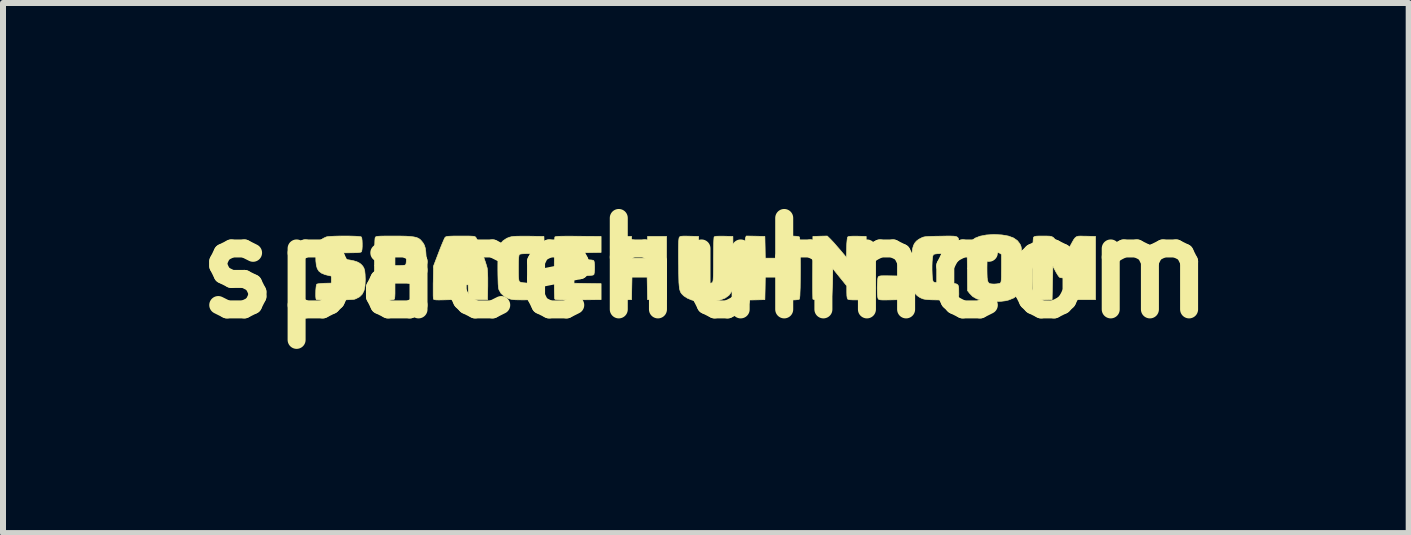
<source format=kicad_pcb>
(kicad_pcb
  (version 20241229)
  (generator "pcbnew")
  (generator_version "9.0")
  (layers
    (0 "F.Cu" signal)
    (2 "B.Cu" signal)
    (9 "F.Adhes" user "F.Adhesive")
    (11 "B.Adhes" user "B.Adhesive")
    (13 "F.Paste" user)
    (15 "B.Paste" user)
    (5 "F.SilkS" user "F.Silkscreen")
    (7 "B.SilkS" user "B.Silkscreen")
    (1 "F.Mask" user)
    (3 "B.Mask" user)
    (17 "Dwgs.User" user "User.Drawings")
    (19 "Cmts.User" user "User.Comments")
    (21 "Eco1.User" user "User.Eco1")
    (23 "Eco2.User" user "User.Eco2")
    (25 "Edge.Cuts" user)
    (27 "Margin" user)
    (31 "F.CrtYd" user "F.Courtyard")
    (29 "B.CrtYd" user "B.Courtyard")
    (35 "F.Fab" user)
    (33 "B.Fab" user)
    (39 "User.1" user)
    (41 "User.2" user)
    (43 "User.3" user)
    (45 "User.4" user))
  (footprint "spacehuhncom"
    (layer "F.Cu")
    (at 8.716 1.418)
    (property "Reference" "spacehuhncom" (at 0 0 0) (layer "F.SilkS") (effects (font (size 1.524 1.524) (thickness 0.3))))
    (attr through_hole)
    (fp_poly (pts (xy 3.019 0.129) (xy 3.073 0.13) (xy 3.258 0.133) (xy 3.258 0.527) (xy 3.071 0.531) (xy 2.998 0.532) (xy 2.947 0.532) (xy 2.912 0.53) (xy 2.891 0.526) (xy 2.879 0.52) (xy 2.872 0.511) (xy 2.871 0.509) (xy 2.865 0.484) (xy 2.86 0.441) (xy 2.858 0.386) (xy 2.857 0.325) (xy 2.859 0.265) (xy 2.862 0.211) (xy 2.867 0.17) (xy 2.873 0.148) (xy 2.882 0.14) (xy 2.897 0.134) (xy 2.922 0.13) (xy 2.962 0.129) (xy 3.019 0.129)) (stroke (width 0.01) (type solid)) (fill yes) (layer "F.SilkS"))
    (fp_poly (pts (xy -1.235 -0.346) (xy -1.231 -0.165) (xy -0.979 -0.165) (xy -0.972 -0.527) (xy -0.654 -0.527) (xy -0.654 0.527) (xy -0.972 0.527) (xy -0.979 0.152) (xy -1.231 0.152) (xy -1.235 0.34) (xy -1.238 0.527) (xy -1.394 0.531) (xy -1.464 0.532) (xy -1.512 0.53) (xy -1.541 0.527) (xy -1.555 0.52) (xy -1.556 0.518) (xy -1.557 0.502) (xy -1.558 0.464) (xy -1.559 0.405) (xy -1.56 0.33) (xy -1.56 0.24) (xy -1.56 0.139) (xy -1.559 0.029) (xy -1.559 -0.013) (xy -1.556 -0.527) (xy -1.238 -0.527) (xy -1.235 -0.346)) (stroke (width 0.01) (type solid)) (fill yes) (layer "F.SilkS"))
    (fp_poly (pts (xy 2.073 -0.486) (xy 2.1 -0.458) (xy 2.139 -0.416) (xy 2.183 -0.365) (xy 2.23 -0.311) (xy 2.233 -0.308) (xy 2.343 -0.177) (xy 2.347 -0.339) (xy 2.349 -0.407) (xy 2.354 -0.463) (xy 2.359 -0.501) (xy 2.364 -0.517) (xy 2.378 -0.525) (xy 2.405 -0.529) (xy 2.45 -0.531) (xy 2.516 -0.531) (xy 2.526 -0.531) (xy 2.673 -0.527) (xy 2.673 0.527) (xy 2.529 0.531) (xy 2.452 0.531) (xy 2.398 0.528) (xy 2.37 0.521) (xy 2.367 0.52) (xy 2.357 0.501) (xy 2.351 0.463) (xy 2.349 0.402) (xy 2.349 0.298) (xy 2.115 0.008) (xy 2.108 0.255) (xy 2.106 0.332) (xy 2.103 0.401) (xy 2.099 0.458) (xy 2.095 0.498) (xy 2.092 0.517) (xy 2.092 0.518) (xy 2.075 0.525) (xy 2.04 0.53) (xy 1.992 0.533) (xy 1.938 0.534) (xy 1.884 0.533) (xy 1.836 0.53) (xy 1.801 0.525) (xy 1.784 0.518) (xy 1.784 0.518) (xy 1.783 0.502) (xy 1.782 0.463) (xy 1.781 0.405) (xy 1.78 0.33) (xy 1.78 0.24) (xy 1.78 0.139) (xy 1.781 0.029) (xy 1.781 -0.013) (xy 1.784 -0.527) (xy 1.904 -0.531) (xy 2.024 -0.534) (xy 2.073 -0.486)) (stroke (width 0.01) (type solid)) (fill yes) (layer "F.SilkS"))
    (fp_poly (pts (xy -2.243 -0.531) (xy -2.13 -0.53) (xy -2.126 -0.53) (xy -1.746 -0.527) (xy -1.746 -0.26) (xy -2.197 -0.253) (xy -2.197 -0.14) (xy -2.041 -0.14) (xy -1.96 -0.138) (xy -1.905 -0.134) (xy -1.875 -0.128) (xy -1.869 -0.124) (xy -1.861 -0.104) (xy -1.856 -0.065) (xy -1.854 -0.018) (xy -1.855 0.032) (xy -1.859 0.075) (xy -1.865 0.105) (xy -1.869 0.112) (xy -1.891 0.119) (xy -1.937 0.124) (xy -2.008 0.127) (xy -2.041 0.127) (xy -2.197 0.127) (xy -2.197 0.253) (xy -1.972 0.257) (xy -1.746 0.26) (xy -1.746 0.527) (xy -2.129 0.53) (xy -2.239 0.531) (xy -2.325 0.532) (xy -2.392 0.531) (xy -2.442 0.53) (xy -2.476 0.528) (xy -2.499 0.525) (xy -2.512 0.521) (xy -2.518 0.516) (xy -2.52 0.513) (xy -2.522 0.495) (xy -2.523 0.456) (xy -2.525 0.398) (xy -2.526 0.324) (xy -2.527 0.239) (xy -2.527 0.146) (xy -2.527 0.048) (xy -2.527 -0.052) (xy -2.526 -0.15) (xy -2.525 -0.244) (xy -2.524 -0.329) (xy -2.523 -0.402) (xy -2.521 -0.46) (xy -2.519 -0.499) (xy -2.517 -0.517) (xy -2.517 -0.518) (xy -2.508 -0.522) (xy -2.488 -0.526) (xy -2.453 -0.529) (xy -2.403 -0.53) (xy -2.333 -0.531) (xy -2.243 -0.531)) (stroke (width 0.01) (type solid)) (fill yes) (layer "F.SilkS"))
    (fp_poly (pts (xy -3.006 -0.531) (xy -2.952 -0.531) (xy -2.699 -0.527) (xy -2.695 -0.397) (xy -2.694 -0.338) (xy -2.694 -0.3) (xy -2.697 -0.277) (xy -2.704 -0.265) (xy -2.716 -0.257) (xy -2.725 -0.254) (xy -2.749 -0.249) (xy -2.794 -0.245) (xy -2.851 -0.242) (xy -2.917 -0.241) (xy -2.926 -0.241) (xy -3.008 -0.24) (xy -3.066 -0.237) (xy -3.1 -0.231) (xy -3.109 -0.226) (xy -3.115 -0.209) (xy -3.12 -0.172) (xy -3.123 -0.113) (xy -3.124 -0.031) (xy -3.124 0.001) (xy -3.124 0.081) (xy -3.123 0.139) (xy -3.12 0.179) (xy -3.116 0.206) (xy -3.111 0.221) (xy -3.103 0.23) (xy -3.084 0.238) (xy -3.047 0.245) (xy -2.989 0.25) (xy -2.908 0.253) (xy -2.891 0.254) (xy -2.699 0.26) (xy -2.699 0.527) (xy -2.959 0.53) (xy -3.05 0.531) (xy -3.12 0.53) (xy -3.173 0.529) (xy -3.213 0.526) (xy -3.244 0.521) (xy -3.272 0.514) (xy -3.289 0.509) (xy -3.359 0.473) (xy -3.414 0.423) (xy -3.449 0.362) (xy -3.453 0.347) (xy -3.458 0.317) (xy -3.462 0.266) (xy -3.464 0.2) (xy -3.466 0.121) (xy -3.467 0.037) (xy -3.467 -0.05) (xy -3.466 -0.135) (xy -3.464 -0.212) (xy -3.461 -0.276) (xy -3.457 -0.325) (xy -3.453 -0.349) (xy -3.425 -0.406) (xy -3.378 -0.457) (xy -3.318 -0.496) (xy -3.272 -0.514) (xy -3.241 -0.522) (xy -3.203 -0.527) (xy -3.154 -0.53) (xy -3.089 -0.531) (xy -3.006 -0.531)) (stroke (width 0.01) (type solid)) (fill yes) (layer "F.SilkS"))
    (fp_poly (pts (xy 0.829 -0.531) (xy 0.984 -0.527) (xy 0.988 -0.346) (xy 0.991 -0.165) (xy 1.232 -0.165) (xy 1.232 -0.334) (xy 1.233 -0.416) (xy 1.236 -0.474) (xy 1.242 -0.509) (xy 1.247 -0.518) (xy 1.267 -0.525) (xy 1.305 -0.53) (xy 1.356 -0.533) (xy 1.412 -0.534) (xy 1.467 -0.532) (xy 1.515 -0.529) (xy 1.548 -0.523) (xy 1.56 -0.518) (xy 1.564 -0.502) (xy 1.567 -0.463) (xy 1.57 -0.406) (xy 1.572 -0.333) (xy 1.574 -0.249) (xy 1.575 -0.156) (xy 1.576 -0.057) (xy 1.576 0.043) (xy 1.575 0.142) (xy 1.574 0.236) (xy 1.573 0.322) (xy 1.57 0.396) (xy 1.568 0.456) (xy 1.564 0.497) (xy 1.56 0.517) (xy 1.56 0.518) (xy 1.538 0.526) (xy 1.491 0.531) (xy 1.421 0.533) (xy 1.403 0.533) (xy 1.328 0.532) (xy 1.277 0.527) (xy 1.25 0.52) (xy 1.247 0.518) (xy 1.24 0.499) (xy 1.235 0.457) (xy 1.232 0.391) (xy 1.232 0.328) (xy 1.232 0.152) (xy 0.991 0.152) (xy 0.988 0.34) (xy 0.984 0.527) (xy 0.829 0.531) (xy 0.673 0.534) (xy 0.66 0.501) (xy 0.657 0.48) (xy 0.654 0.436) (xy 0.652 0.371) (xy 0.65 0.287) (xy 0.649 0.188) (xy 0.648 0.075) (xy 0.648 -0.000001) (xy 0.648 -0.12) (xy 0.649 -0.229) (xy 0.651 -0.322) (xy 0.653 -0.399) (xy 0.655 -0.456) (xy 0.658 -0.491) (xy 0.66 -0.501) (xy 0.673 -0.534) (xy 0.829 -0.531)) (stroke (width 0.01) (type solid)) (fill yes) (layer "F.SilkS"))
    (fp_poly (pts (xy 5.687 -0.533) (xy 5.734 -0.531) (xy 5.769 -0.523) (xy 5.796 -0.506) (xy 5.821 -0.478) (xy 5.847 -0.435) (xy 5.88 -0.374) (xy 5.892 -0.352) (xy 5.926 -0.292) (xy 5.951 -0.254) (xy 5.969 -0.234) (xy 5.98 -0.231) (xy 5.994 -0.243) (xy 6.016 -0.274) (xy 6.044 -0.317) (xy 6.071 -0.364) (xy 6.106 -0.428) (xy 6.132 -0.474) (xy 6.155 -0.504) (xy 6.178 -0.522) (xy 6.208 -0.531) (xy 6.248 -0.533) (xy 6.304 -0.531) (xy 6.336 -0.531) (xy 6.496 -0.527) (xy 6.496 0.527) (xy 6.179 0.527) (xy 6.166 -0.032) (xy 6.125 0.046) (xy 6.096 0.1) (xy 6.071 0.135) (xy 6.047 0.154) (xy 6.018 0.163) (xy 5.982 0.165) (xy 5.941 0.164) (xy 5.909 0.16) (xy 5.9 0.157) (xy 5.885 0.143) (xy 5.863 0.112) (xy 5.838 0.07) (xy 5.832 0.059) (xy 5.785 -0.032) (xy 5.772 0.527) (xy 5.624 0.531) (xy 5.56 0.532) (xy 5.516 0.531) (xy 5.489 0.529) (xy 5.474 0.523) (xy 5.465 0.514) (xy 5.462 0.509) (xy 5.458 0.49) (xy 5.455 0.449) (xy 5.453 0.39) (xy 5.451 0.315) (xy 5.449 0.229) (xy 5.448 0.135) (xy 5.448 0.036) (xy 5.448 -0.064) (xy 5.449 -0.162) (xy 5.45 -0.254) (xy 5.451 -0.338) (xy 5.453 -0.408) (xy 5.456 -0.463) (xy 5.459 -0.498) (xy 5.461 -0.509) (xy 5.469 -0.519) (xy 5.483 -0.526) (xy 5.506 -0.531) (xy 5.545 -0.533) (xy 5.602 -0.533) (xy 5.624 -0.533) (xy 5.687 -0.533)) (stroke (width 0.01) (type solid)) (fill yes) (layer "F.SilkS"))
    (fp_poly (pts (xy -5.089 -0.533) (xy -4.998 -0.531) (xy -4.925 -0.526) (xy -4.869 -0.519) (xy -4.826 -0.51) (xy -4.793 -0.496) (xy -4.766 -0.479) (xy -4.748 -0.461) (xy -4.715 -0.421) (xy -4.692 -0.381) (xy -4.677 -0.333) (xy -4.668 -0.271) (xy -4.663 -0.196) (xy -4.663 -0.086) (xy -4.671 0.002) (xy -4.69 0.072) (xy -4.719 0.127) (xy -4.761 0.169) (xy -4.808 0.198) (xy -4.841 0.212) (xy -4.876 0.222) (xy -4.918 0.229) (xy -4.975 0.234) (xy -5.027 0.237) (xy -5.182 0.245) (xy -5.182 0.369) (xy -5.182 0.425) (xy -5.184 0.472) (xy -5.187 0.504) (xy -5.189 0.513) (xy -5.197 0.522) (xy -5.213 0.528) (xy -5.243 0.531) (xy -5.291 0.533) (xy -5.348 0.533) (xy -5.412 0.533) (xy -5.456 0.531) (xy -5.484 0.528) (xy -5.5 0.522) (xy -5.509 0.513) (xy -5.511 0.509) (xy -5.515 0.49) (xy -5.518 0.449) (xy -5.52 0.39) (xy -5.522 0.315) (xy -5.523 0.229) (xy -5.524 0.135) (xy -5.525 0.036) (xy -5.525 -0.064) (xy -5.524 -0.162) (xy -5.523 -0.254) (xy -5.182 -0.254) (xy -5.182 -0.038) (xy -5.102 -0.038) (xy -5.056 -0.04) (xy -5.021 -0.047) (xy -5.006 -0.053) (xy -4.997 -0.075) (xy -4.993 -0.113) (xy -4.992 -0.158) (xy -4.995 -0.2) (xy -5.002 -0.231) (xy -5.006 -0.239) (xy -5.027 -0.247) (xy -5.065 -0.253) (xy -5.102 -0.254) (xy -5.182 -0.254) (xy -5.523 -0.254) (xy -5.523 -0.254) (xy -5.522 -0.337) (xy -5.519 -0.408) (xy -5.517 -0.462) (xy -5.514 -0.498) (xy -5.511 -0.509) (xy -5.506 -0.517) (xy -5.497 -0.523) (xy -5.481 -0.527) (xy -5.455 -0.53) (xy -5.416 -0.532) (xy -5.361 -0.533) (xy -5.286 -0.533) (xy -5.203 -0.533) (xy -5.089 -0.533)) (stroke (width 0.01) (type solid)) (fill yes) (layer "F.SilkS"))
    (fp_poly (pts (xy -4.004 -0.533) (xy -3.943 -0.533) (xy -3.899 -0.531) (xy -3.87 -0.529) (xy -3.852 -0.524) (xy -3.84 -0.518) (xy -3.833 -0.509) (xy -3.83 -0.505) (xy -3.817 -0.479) (xy -3.797 -0.433) (xy -3.774 -0.374) (xy -3.748 -0.305) (xy -3.721 -0.232) (xy -3.696 -0.161) (xy -3.673 -0.095) (xy -3.656 -0.04) (xy -3.645 -0.001) (xy -3.644 0.005) (xy -3.64 0.04) (xy -3.637 0.095) (xy -3.635 0.164) (xy -3.635 0.24) (xy -3.635 0.3) (xy -3.639 0.527) (xy -3.956 0.527) (xy -3.963 0.279) (xy -4.228 0.279) (xy -4.232 0.403) (xy -4.235 0.527) (xy -4.385 0.531) (xy -4.451 0.532) (xy -4.496 0.531) (xy -4.523 0.527) (xy -4.537 0.521) (xy -4.541 0.516) (xy -4.543 0.498) (xy -4.545 0.459) (xy -4.545 0.403) (xy -4.545 0.333) (xy -4.545 0.255) (xy -4.544 0.233) (xy -4.54 -0.016) (xy -4.203 -0.016) (xy -4.195 -0.008) (xy -4.169 -0.002) (xy -4.122 -0.000192) (xy -4.096 0) (xy -4.039 -0.001) (xy -4.005 -0.005) (xy -3.99 -0.012) (xy -3.989 -0.016) (xy -3.993 -0.035) (xy -4.004 -0.071) (xy -4.019 -0.117) (xy -4.024 -0.133) (xy -4.041 -0.183) (xy -4.054 -0.213) (xy -4.066 -0.228) (xy -4.08 -0.234) (xy -4.096 -0.235) (xy -4.115 -0.234) (xy -4.129 -0.226) (xy -4.141 -0.208) (xy -4.154 -0.174) (xy -4.168 -0.133) (xy -4.184 -0.085) (xy -4.196 -0.045) (xy -4.202 -0.02) (xy -4.203 -0.016) (xy -4.54 -0.016) (xy -4.54 -0.032) (xy -4.453 -0.26) (xy -4.425 -0.333) (xy -4.398 -0.399) (xy -4.375 -0.453) (xy -4.358 -0.492) (xy -4.347 -0.511) (xy -4.347 -0.511) (xy -4.337 -0.519) (xy -4.322 -0.525) (xy -4.299 -0.529) (xy -4.262 -0.531) (xy -4.21 -0.533) (xy -4.138 -0.533) (xy -4.088 -0.533) (xy -4.004 -0.533)) (stroke (width 0.01) (type solid)) (fill yes) (layer "F.SilkS"))
    (fp_poly (pts (xy -0.323 -0.532) (xy -0.276 -0.531) (xy -0.121 -0.527) (xy -0.114 -0.15) (xy -0.112 -0.034) (xy -0.11 0.058) (xy -0.107 0.129) (xy -0.104 0.181) (xy -0.1 0.217) (xy -0.095 0.237) (xy -0.091 0.244) (xy -0.068 0.254) (xy -0.029 0.259) (xy 0.018 0.26) (xy 0.062 0.257) (xy 0.096 0.248) (xy 0.106 0.243) (xy 0.112 0.235) (xy 0.117 0.223) (xy 0.121 0.202) (xy 0.123 0.17) (xy 0.125 0.124) (xy 0.126 0.062) (xy 0.127 -0.019) (xy 0.127 -0.123) (xy 0.127 -0.138) (xy 0.128 -0.232) (xy 0.129 -0.318) (xy 0.13 -0.393) (xy 0.132 -0.454) (xy 0.135 -0.496) (xy 0.137 -0.517) (xy 0.138 -0.518) (xy 0.15 -0.525) (xy 0.177 -0.53) (xy 0.223 -0.531) (xy 0.291 -0.531) (xy 0.299 -0.531) (xy 0.451 -0.527) (xy 0.454 -0.095) (xy 0.455 0.021) (xy 0.456 0.115) (xy 0.456 0.189) (xy 0.455 0.246) (xy 0.453 0.289) (xy 0.451 0.321) (xy 0.447 0.344) (xy 0.443 0.363) (xy 0.436 0.378) (xy 0.429 0.394) (xy 0.385 0.455) (xy 0.321 0.501) (xy 0.238 0.533) (xy 0.21 0.54) (xy 0.157 0.547) (xy 0.088 0.553) (xy 0.012 0.556) (xy -0.062 0.557) (xy -0.127 0.554) (xy -0.165 0.55) (xy -0.238 0.532) (xy -0.307 0.503) (xy -0.36 0.469) (xy -0.365 0.466) (xy -0.387 0.445) (xy -0.405 0.426) (xy -0.419 0.405) (xy -0.43 0.378) (xy -0.439 0.344) (xy -0.444 0.3) (xy -0.449 0.242) (xy -0.451 0.167) (xy -0.453 0.074) (xy -0.454 -0.041) (xy -0.455 -0.072) (xy -0.456 -0.201) (xy -0.456 -0.306) (xy -0.455 -0.388) (xy -0.453 -0.448) (xy -0.449 -0.487) (xy -0.445 -0.507) (xy -0.445 -0.507) (xy -0.437 -0.519) (xy -0.426 -0.526) (xy -0.406 -0.53) (xy -0.373 -0.532) (xy -0.323 -0.532)) (stroke (width 0.01) (type solid)) (fill yes) (layer "F.SilkS"))
    (fp_poly (pts (xy 4.936 -0.552) (xy 5.044 -0.533) (xy 5.13 -0.501) (xy 5.194 -0.456) (xy 5.232 -0.406) (xy 5.242 -0.389) (xy 5.249 -0.373) (xy 5.255 -0.354) (xy 5.259 -0.329) (xy 5.261 -0.296) (xy 5.263 -0.25) (xy 5.264 -0.189) (xy 5.264 -0.11) (xy 5.264 -0.008) (xy 5.264 0) (xy 5.264 0.103) (xy 5.264 0.184) (xy 5.263 0.246) (xy 5.261 0.293) (xy 5.259 0.327) (xy 5.255 0.352) (xy 5.25 0.371) (xy 5.242 0.388) (xy 5.233 0.405) (xy 5.232 0.406) (xy 5.19 0.458) (xy 5.127 0.501) (xy 5.047 0.533) (xy 4.993 0.546) (xy 4.926 0.554) (xy 4.844 0.557) (xy 4.757 0.556) (xy 4.674 0.55) (xy 4.605 0.54) (xy 4.6 0.539) (xy 4.515 0.513) (xy 4.449 0.475) (xy 4.397 0.422) (xy 4.362 0.377) (xy 4.359 0.02) (xy 4.359 0.002) (xy 4.686 0.002) (xy 4.687 0.091) (xy 4.689 0.157) (xy 4.695 0.204) (xy 4.705 0.235) (xy 4.722 0.254) (xy 4.747 0.263) (xy 4.781 0.266) (xy 4.808 0.267) (xy 4.852 0.264) (xy 4.889 0.258) (xy 4.903 0.254) (xy 4.912 0.247) (xy 4.918 0.237) (xy 4.922 0.219) (xy 4.925 0.19) (xy 4.927 0.145) (xy 4.927 0.082) (xy 4.928 0.006) (xy 4.928 -0.228) (xy 4.896 -0.249) (xy 4.861 -0.262) (xy 4.815 -0.266) (xy 4.767 -0.262) (xy 4.727 -0.251) (xy 4.703 -0.234) (xy 4.697 -0.218) (xy 4.692 -0.187) (xy 4.688 -0.139) (xy 4.687 -0.072) (xy 4.686 0.002) (xy 4.359 0.002) (xy 4.358 -0.085) (xy 4.357 -0.167) (xy 4.358 -0.23) (xy 4.359 -0.278) (xy 4.361 -0.313) (xy 4.364 -0.339) (xy 4.369 -0.359) (xy 4.376 -0.376) (xy 4.384 -0.394) (xy 4.427 -0.453) (xy 4.489 -0.499) (xy 4.571 -0.531) (xy 4.673 -0.551) (xy 4.797 -0.559) (xy 4.808 -0.559) (xy 4.936 -0.552)) (stroke (width 0.01) (type solid)) (fill yes) (layer "F.SilkS"))
    (fp_poly (pts (xy 4.134 -0.531) (xy 4.172 -0.525) (xy 4.196 -0.513) (xy 4.209 -0.495) (xy 4.215 -0.469) (xy 4.217 -0.434) (xy 4.216 -0.391) (xy 4.216 -0.338) (xy 4.211 -0.299) (xy 4.198 -0.272) (xy 4.175 -0.255) (xy 4.138 -0.246) (xy 4.082 -0.242) (xy 4.005 -0.241) (xy 3.989 -0.241) (xy 3.915 -0.241) (xy 3.862 -0.239) (xy 3.827 -0.235) (xy 3.805 -0.23) (xy 3.792 -0.222) (xy 3.792 -0.221) (xy 3.783 -0.2) (xy 3.777 -0.159) (xy 3.772 -0.104) (xy 3.77 -0.04) (xy 3.77 0.028) (xy 3.772 0.093) (xy 3.775 0.152) (xy 3.781 0.198) (xy 3.789 0.226) (xy 3.793 0.23) (xy 3.811 0.238) (xy 3.846 0.244) (xy 3.9 0.248) (xy 3.976 0.251) (xy 3.999 0.251) (xy 4.078 0.253) (xy 4.135 0.257) (xy 4.174 0.264) (xy 4.198 0.277) (xy 4.21 0.299) (xy 4.215 0.331) (xy 4.216 0.377) (xy 4.216 0.391) (xy 4.217 0.437) (xy 4.215 0.472) (xy 4.208 0.497) (xy 4.194 0.515) (xy 4.168 0.525) (xy 4.129 0.531) (xy 4.072 0.533) (xy 3.994 0.533) (xy 3.933 0.533) (xy 3.83 0.531) (xy 3.749 0.529) (xy 3.687 0.525) (xy 3.643 0.519) (xy 3.617 0.513) (xy 3.571 0.493) (xy 3.528 0.464) (xy 3.517 0.454) (xy 3.492 0.428) (xy 3.473 0.403) (xy 3.459 0.375) (xy 3.449 0.34) (xy 3.442 0.295) (xy 3.437 0.236) (xy 3.434 0.16) (xy 3.432 0.062) (xy 3.431 0.041) (xy 3.43 -0.082) (xy 3.432 -0.182) (xy 3.438 -0.263) (xy 3.447 -0.327) (xy 3.462 -0.378) (xy 3.483 -0.417) (xy 3.51 -0.449) (xy 3.545 -0.476) (xy 3.575 -0.493) (xy 3.597 -0.504) (xy 3.617 -0.513) (xy 3.64 -0.519) (xy 3.668 -0.523) (xy 3.708 -0.526) (xy 3.761 -0.528) (xy 3.832 -0.53) (xy 3.911 -0.531) (xy 4.007 -0.533) (xy 4.08 -0.533) (xy 4.134 -0.531)) (stroke (width 0.01) (type solid)) (fill yes) (layer "F.SilkS"))
    (fp_poly (pts (xy -5.969 -0.534) (xy -5.897 -0.532) (xy -5.834 -0.53) (xy -5.784 -0.526) (xy -5.752 -0.522) (xy -5.743 -0.518) (xy -5.735 -0.498) (xy -5.73 -0.459) (xy -5.728 -0.411) (xy -5.728 -0.36) (xy -5.731 -0.314) (xy -5.737 -0.281) (xy -5.743 -0.269) (xy -5.762 -0.262) (xy -5.803 -0.257) (xy -5.868 -0.255) (xy -5.939 -0.254) (xy -6.005 -0.253) (xy -6.064 -0.252) (xy -6.109 -0.25) (xy -6.136 -0.247) (xy -6.139 -0.246) (xy -6.155 -0.229) (xy -6.159 -0.201) (xy -6.152 -0.177) (xy -6.146 -0.171) (xy -6.128 -0.165) (xy -6.091 -0.158) (xy -6.042 -0.15) (xy -6.016 -0.146) (xy -5.931 -0.133) (xy -5.867 -0.12) (xy -5.818 -0.105) (xy -5.781 -0.087) (xy -5.75 -0.065) (xy -5.747 -0.062) (xy -5.719 -0.032) (xy -5.699 0.002) (xy -5.686 0.047) (xy -5.68 0.106) (xy -5.677 0.185) (xy -5.677 0.203) (xy -5.682 0.3) (xy -5.698 0.376) (xy -5.727 0.434) (xy -5.77 0.478) (xy -5.83 0.51) (xy -5.853 0.519) (xy -5.877 0.523) (xy -5.92 0.526) (xy -5.978 0.529) (xy -6.048 0.531) (xy -6.124 0.533) (xy -6.204 0.534) (xy -6.281 0.534) (xy -6.352 0.533) (xy -6.414 0.532) (xy -6.46 0.53) (xy -6.488 0.527) (xy -6.494 0.525) (xy -6.5 0.506) (xy -6.503 0.47) (xy -6.503 0.423) (xy -6.502 0.372) (xy -6.498 0.325) (xy -6.493 0.288) (xy -6.486 0.269) (xy -6.486 0.269) (xy -6.466 0.263) (xy -6.424 0.258) (xy -6.361 0.254) (xy -6.28 0.252) (xy -6.247 0.251) (xy -6.026 0.248) (xy -6.022 0.218) (xy -6.023 0.19) (xy -6.028 0.177) (xy -6.045 0.17) (xy -6.081 0.162) (xy -6.13 0.153) (xy -6.166 0.147) (xy -6.268 0.129) (xy -6.347 0.11) (xy -6.407 0.085) (xy -6.449 0.053) (xy -6.477 0.01) (xy -6.493 -0.046) (xy -6.501 -0.118) (xy -6.502 -0.191) (xy -6.501 -0.263) (xy -6.497 -0.315) (xy -6.491 -0.353) (xy -6.48 -0.385) (xy -6.478 -0.389) (xy -6.439 -0.446) (xy -6.382 -0.493) (xy -6.326 -0.519) (xy -6.298 -0.524) (xy -6.251 -0.528) (xy -6.19 -0.531) (xy -6.12 -0.533) (xy -6.044 -0.534) (xy -5.969 -0.534)) (stroke (width 0.01) (type solid)) (fill yes) (layer "F.SilkS")))
  (gr_rect
    (start -3 -3)
    (end 20.432 5.836)
    (stroke (width 0.1) (type default))
    (fill no)
    (layer "Edge.Cuts")))
</source>
